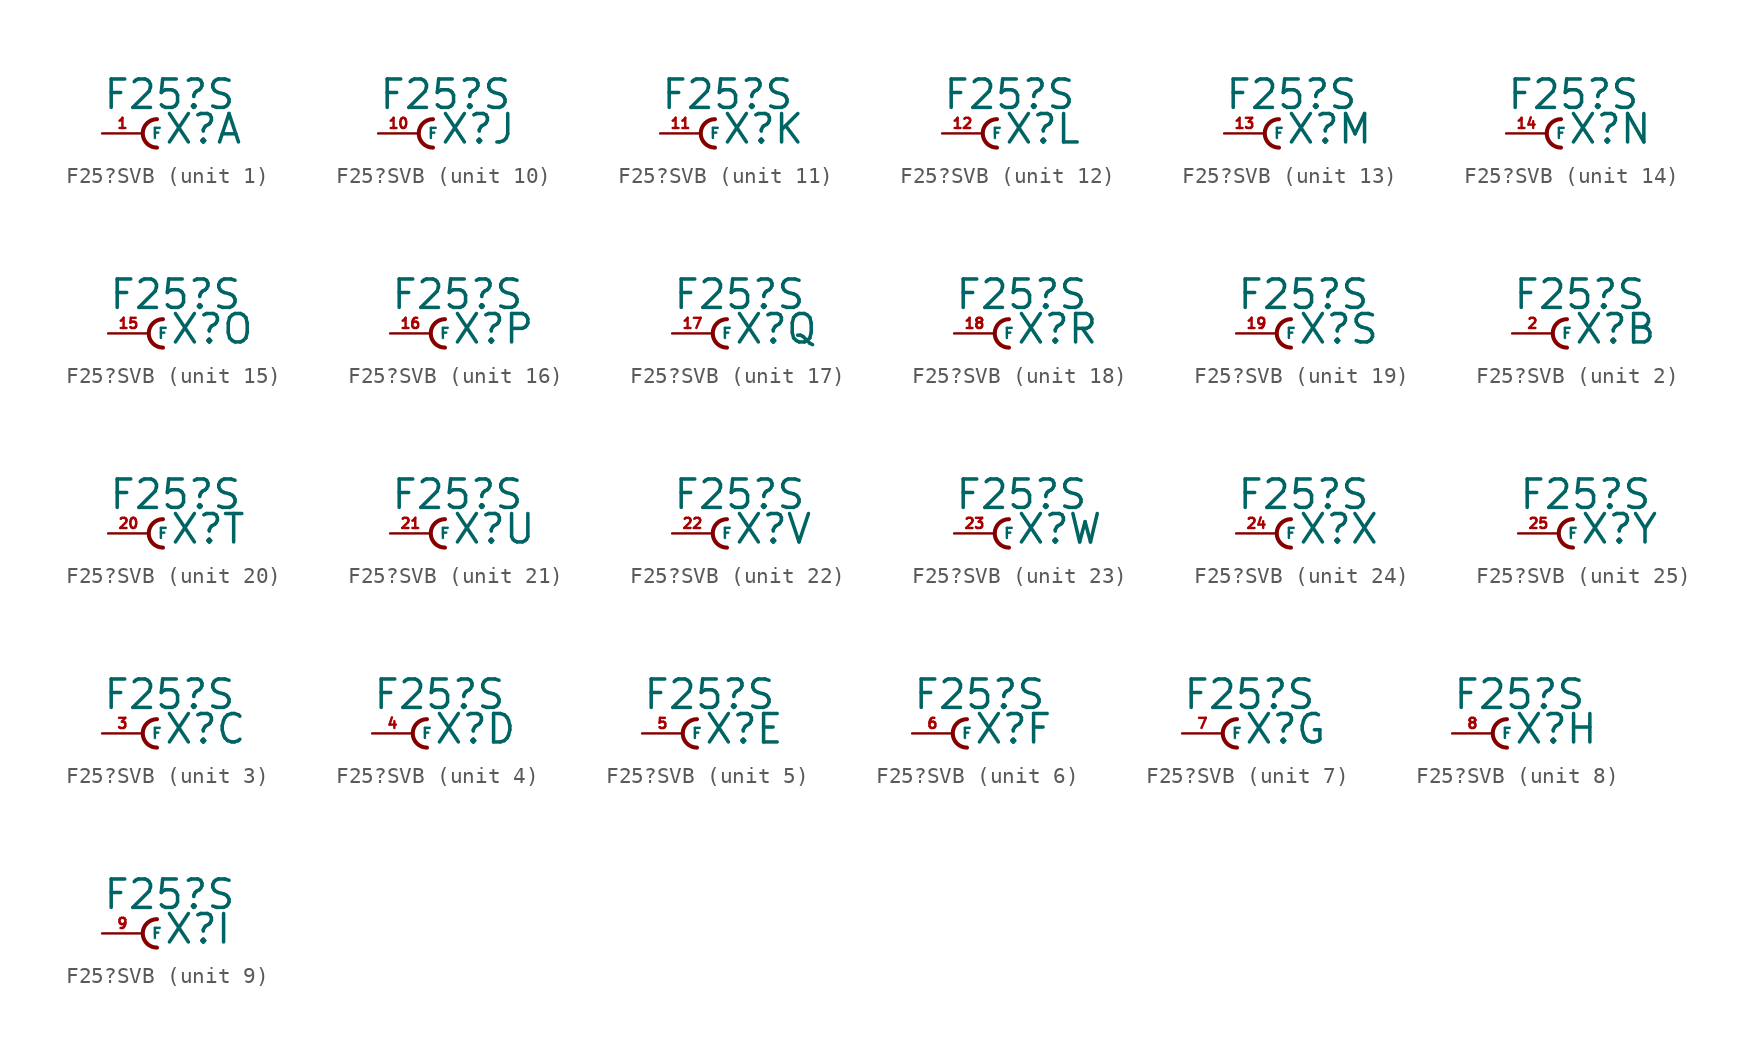
<source format=kicad_sym>
(kicad_symbol_lib
  (version 20220914)
  (generator Eagle2Kicad)
  (symbol "F25?SVB"
    (property "Reference" "X"
      (at 1.27 -0.762 0)
      (effects (font (size 1.778 1.778) (thickness 0.22)) (justify left bottom)))
    (property "Value" "F25?S"
      (at -2.54 1.397 0)
      (effects (font (size 1.778 1.778) (thickness 0.22)) (justify left bottom)))
    (symbol "F25?SVB_1_0"
      (arc (start 0.889 0.889) (mid 0.000 0.000) (end 0.889 -0.889) (stroke (width 0.254) (type default)) (fill (type none)))
      (pin passive line (at -2.54 0 0) (length 2.54) (name "F" (effects (font (size 0.635 0.635) (thickness 0.08)) (justify left bottom))) (number "1" (effects (font (size 0.635 0.635) (thickness 0.08)) (justify left bottom)))))
    (symbol "F25?SVB_2_0"
      (arc (start 0.889 0.889) (mid 0.000 0.000) (end 0.889 -0.889) (stroke (width 0.254) (type default)) (fill (type none)))
      (pin passive line (at -2.54 0 0) (length 2.54) (name "F" (effects (font (size 0.635 0.635) (thickness 0.08)) (justify left bottom))) (number "2" (effects (font (size 0.635 0.635) (thickness 0.08)) (justify left bottom)))))
    (symbol "F25?SVB_3_0"
      (arc (start 0.889 0.889) (mid 0.000 0.000) (end 0.889 -0.889) (stroke (width 0.254) (type default)) (fill (type none)))
      (pin passive line (at -2.54 0 0) (length 2.54) (name "F" (effects (font (size 0.635 0.635) (thickness 0.08)) (justify left bottom))) (number "3" (effects (font (size 0.635 0.635) (thickness 0.08)) (justify left bottom)))))
    (symbol "F25?SVB_4_0"
      (arc (start 0.889 0.889) (mid 0.000 0.000) (end 0.889 -0.889) (stroke (width 0.254) (type default)) (fill (type none)))
      (pin passive line (at -2.54 0 0) (length 2.54) (name "F" (effects (font (size 0.635 0.635) (thickness 0.08)) (justify left bottom))) (number "4" (effects (font (size 0.635 0.635) (thickness 0.08)) (justify left bottom)))))
    (symbol "F25?SVB_5_0"
      (arc (start 0.889 0.889) (mid 0.000 0.000) (end 0.889 -0.889) (stroke (width 0.254) (type default)) (fill (type none)))
      (pin passive line (at -2.54 0 0) (length 2.54) (name "F" (effects (font (size 0.635 0.635) (thickness 0.08)) (justify left bottom))) (number "5" (effects (font (size 0.635 0.635) (thickness 0.08)) (justify left bottom)))))
    (symbol "F25?SVB_6_0"
      (arc (start 0.889 0.889) (mid 0.000 0.000) (end 0.889 -0.889) (stroke (width 0.254) (type default)) (fill (type none)))
      (pin passive line (at -2.54 0 0) (length 2.54) (name "F" (effects (font (size 0.635 0.635) (thickness 0.08)) (justify left bottom))) (number "6" (effects (font (size 0.635 0.635) (thickness 0.08)) (justify left bottom)))))
    (symbol "F25?SVB_7_0"
      (arc (start 0.889 0.889) (mid 0.000 0.000) (end 0.889 -0.889) (stroke (width 0.254) (type default)) (fill (type none)))
      (pin passive line (at -2.54 0 0) (length 2.54) (name "F" (effects (font (size 0.635 0.635) (thickness 0.08)) (justify left bottom))) (number "7" (effects (font (size 0.635 0.635) (thickness 0.08)) (justify left bottom)))))
    (symbol "F25?SVB_8_0"
      (arc (start 0.889 0.889) (mid 0.000 0.000) (end 0.889 -0.889) (stroke (width 0.254) (type default)) (fill (type none)))
      (pin passive line (at -2.54 0 0) (length 2.54) (name "F" (effects (font (size 0.635 0.635) (thickness 0.08)) (justify left bottom))) (number "8" (effects (font (size 0.635 0.635) (thickness 0.08)) (justify left bottom)))))
    (symbol "F25?SVB_9_0"
      (arc (start 0.889 0.889) (mid 0.000 0.000) (end 0.889 -0.889) (stroke (width 0.254) (type default)) (fill (type none)))
      (pin passive line (at -2.54 0 0) (length 2.54) (name "F" (effects (font (size 0.635 0.635) (thickness 0.08)) (justify left bottom))) (number "9" (effects (font (size 0.635 0.635) (thickness 0.08)) (justify left bottom)))))
    (symbol "F25?SVB_10_0"
      (arc (start 0.889 0.889) (mid 0.000 0.000) (end 0.889 -0.889) (stroke (width 0.254) (type default)) (fill (type none)))
      (pin passive line (at -2.54 0 0) (length 2.54) (name "F" (effects (font (size 0.635 0.635) (thickness 0.08)) (justify left bottom))) (number "10" (effects (font (size 0.635 0.635) (thickness 0.08)) (justify left bottom)))))
    (symbol "F25?SVB_11_0"
      (arc (start 0.889 0.889) (mid 0.000 0.000) (end 0.889 -0.889) (stroke (width 0.254) (type default)) (fill (type none)))
      (pin passive line (at -2.54 0 0) (length 2.54) (name "F" (effects (font (size 0.635 0.635) (thickness 0.08)) (justify left bottom))) (number "11" (effects (font (size 0.635 0.635) (thickness 0.08)) (justify left bottom)))))
    (symbol "F25?SVB_12_0"
      (arc (start 0.889 0.889) (mid 0.000 0.000) (end 0.889 -0.889) (stroke (width 0.254) (type default)) (fill (type none)))
      (pin passive line (at -2.54 0 0) (length 2.54) (name "F" (effects (font (size 0.635 0.635) (thickness 0.08)) (justify left bottom))) (number "12" (effects (font (size 0.635 0.635) (thickness 0.08)) (justify left bottom)))))
    (symbol "F25?SVB_13_0"
      (arc (start 0.889 0.889) (mid 0.000 0.000) (end 0.889 -0.889) (stroke (width 0.254) (type default)) (fill (type none)))
      (pin passive line (at -2.54 0 0) (length 2.54) (name "F" (effects (font (size 0.635 0.635) (thickness 0.08)) (justify left bottom))) (number "13" (effects (font (size 0.635 0.635) (thickness 0.08)) (justify left bottom)))))
    (symbol "F25?SVB_14_0"
      (arc (start 0.889 0.889) (mid 0.000 0.000) (end 0.889 -0.889) (stroke (width 0.254) (type default)) (fill (type none)))
      (pin passive line (at -2.54 0 0) (length 2.54) (name "F" (effects (font (size 0.635 0.635) (thickness 0.08)) (justify left bottom))) (number "14" (effects (font (size 0.635 0.635) (thickness 0.08)) (justify left bottom)))))
    (symbol "F25?SVB_15_0"
      (arc (start 0.889 0.889) (mid 0.000 0.000) (end 0.889 -0.889) (stroke (width 0.254) (type default)) (fill (type none)))
      (pin passive line (at -2.54 0 0) (length 2.54) (name "F" (effects (font (size 0.635 0.635) (thickness 0.08)) (justify left bottom))) (number "15" (effects (font (size 0.635 0.635) (thickness 0.08)) (justify left bottom)))))
    (symbol "F25?SVB_16_0"
      (arc (start 0.889 0.889) (mid 0.000 0.000) (end 0.889 -0.889) (stroke (width 0.254) (type default)) (fill (type none)))
      (pin passive line (at -2.54 0 0) (length 2.54) (name "F" (effects (font (size 0.635 0.635) (thickness 0.08)) (justify left bottom))) (number "16" (effects (font (size 0.635 0.635) (thickness 0.08)) (justify left bottom)))))
    (symbol "F25?SVB_17_0"
      (arc (start 0.889 0.889) (mid 0.000 0.000) (end 0.889 -0.889) (stroke (width 0.254) (type default)) (fill (type none)))
      (pin passive line (at -2.54 0 0) (length 2.54) (name "F" (effects (font (size 0.635 0.635) (thickness 0.08)) (justify left bottom))) (number "17" (effects (font (size 0.635 0.635) (thickness 0.08)) (justify left bottom)))))
    (symbol "F25?SVB_18_0"
      (arc (start 0.889 0.889) (mid 0.000 0.000) (end 0.889 -0.889) (stroke (width 0.254) (type default)) (fill (type none)))
      (pin passive line (at -2.54 0 0) (length 2.54) (name "F" (effects (font (size 0.635 0.635) (thickness 0.08)) (justify left bottom))) (number "18" (effects (font (size 0.635 0.635) (thickness 0.08)) (justify left bottom)))))
    (symbol "F25?SVB_19_0"
      (arc (start 0.889 0.889) (mid 0.000 0.000) (end 0.889 -0.889) (stroke (width 0.254) (type default)) (fill (type none)))
      (pin passive line (at -2.54 0 0) (length 2.54) (name "F" (effects (font (size 0.635 0.635) (thickness 0.08)) (justify left bottom))) (number "19" (effects (font (size 0.635 0.635) (thickness 0.08)) (justify left bottom)))))
    (symbol "F25?SVB_20_0"
      (arc (start 0.889 0.889) (mid 0.000 0.000) (end 0.889 -0.889) (stroke (width 0.254) (type default)) (fill (type none)))
      (pin passive line (at -2.54 0 0) (length 2.54) (name "F" (effects (font (size 0.635 0.635) (thickness 0.08)) (justify left bottom))) (number "20" (effects (font (size 0.635 0.635) (thickness 0.08)) (justify left bottom)))))
    (symbol "F25?SVB_21_0"
      (arc (start 0.889 0.889) (mid 0.000 0.000) (end 0.889 -0.889) (stroke (width 0.254) (type default)) (fill (type none)))
      (pin passive line (at -2.54 0 0) (length 2.54) (name "F" (effects (font (size 0.635 0.635) (thickness 0.08)) (justify left bottom))) (number "21" (effects (font (size 0.635 0.635) (thickness 0.08)) (justify left bottom)))))
    (symbol "F25?SVB_22_0"
      (arc (start 0.889 0.889) (mid 0.000 0.000) (end 0.889 -0.889) (stroke (width 0.254) (type default)) (fill (type none)))
      (pin passive line (at -2.54 0 0) (length 2.54) (name "F" (effects (font (size 0.635 0.635) (thickness 0.08)) (justify left bottom))) (number "22" (effects (font (size 0.635 0.635) (thickness 0.08)) (justify left bottom)))))
    (symbol "F25?SVB_23_0"
      (arc (start 0.889 0.889) (mid 0.000 0.000) (end 0.889 -0.889) (stroke (width 0.254) (type default)) (fill (type none)))
      (pin passive line (at -2.54 0 0) (length 2.54) (name "F" (effects (font (size 0.635 0.635) (thickness 0.08)) (justify left bottom))) (number "23" (effects (font (size 0.635 0.635) (thickness 0.08)) (justify left bottom)))))
    (symbol "F25?SVB_24_0"
      (arc (start 0.889 0.889) (mid 0.000 0.000) (end 0.889 -0.889) (stroke (width 0.254) (type default)) (fill (type none)))
      (pin passive line (at -2.54 0 0) (length 2.54) (name "F" (effects (font (size 0.635 0.635) (thickness 0.08)) (justify left bottom))) (number "24" (effects (font (size 0.635 0.635) (thickness 0.08)) (justify left bottom)))))
    (symbol "F25?SVB_25_0"
      (arc (start 0.889 0.889) (mid 0.000 0.000) (end 0.889 -0.889) (stroke (width 0.254) (type default)) (fill (type none)))
      (pin passive line (at -2.54 0 0) (length 2.54) (name "F" (effects (font (size 0.635 0.635) (thickness 0.08)) (justify left bottom))) (number "25" (effects (font (size 0.635 0.635) (thickness 0.08)) (justify left bottom)))))))
</source>
